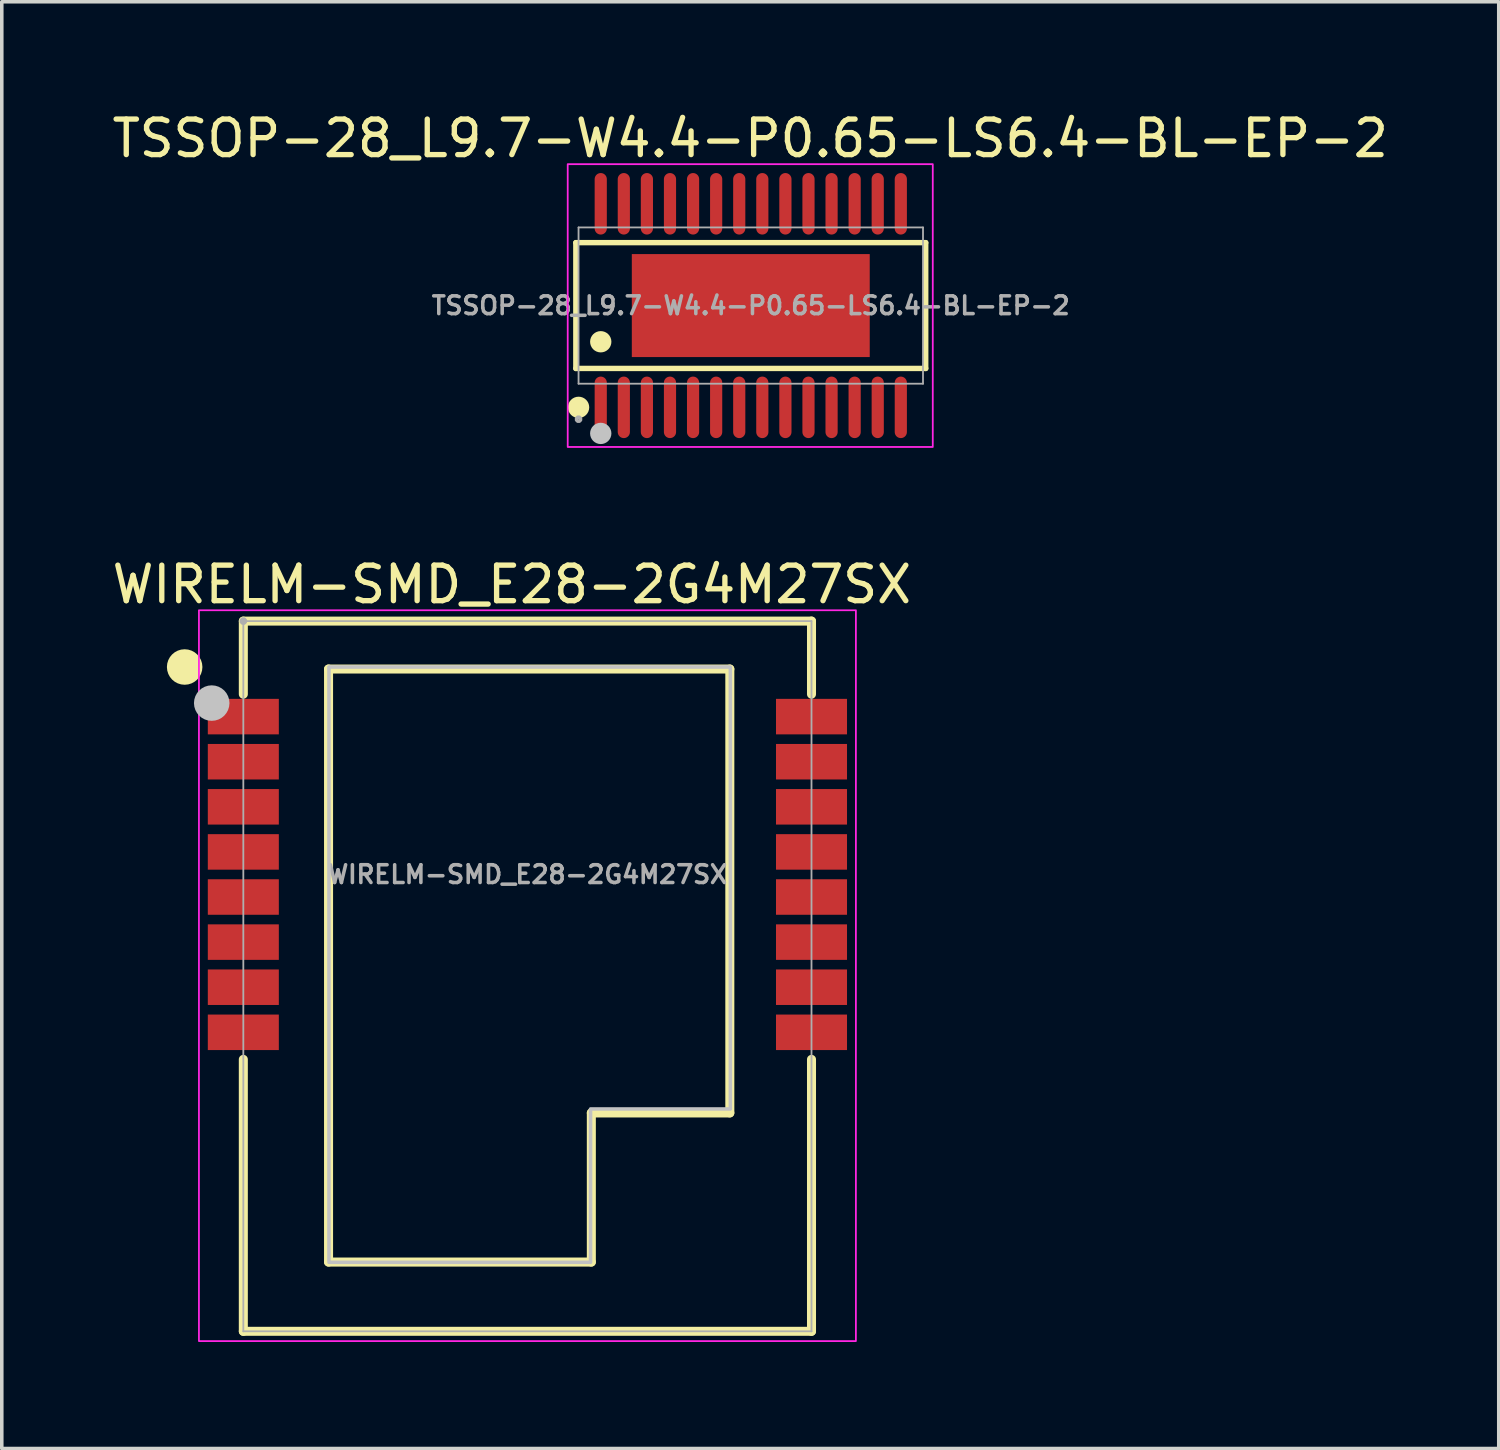
<source format=kicad_pcb>
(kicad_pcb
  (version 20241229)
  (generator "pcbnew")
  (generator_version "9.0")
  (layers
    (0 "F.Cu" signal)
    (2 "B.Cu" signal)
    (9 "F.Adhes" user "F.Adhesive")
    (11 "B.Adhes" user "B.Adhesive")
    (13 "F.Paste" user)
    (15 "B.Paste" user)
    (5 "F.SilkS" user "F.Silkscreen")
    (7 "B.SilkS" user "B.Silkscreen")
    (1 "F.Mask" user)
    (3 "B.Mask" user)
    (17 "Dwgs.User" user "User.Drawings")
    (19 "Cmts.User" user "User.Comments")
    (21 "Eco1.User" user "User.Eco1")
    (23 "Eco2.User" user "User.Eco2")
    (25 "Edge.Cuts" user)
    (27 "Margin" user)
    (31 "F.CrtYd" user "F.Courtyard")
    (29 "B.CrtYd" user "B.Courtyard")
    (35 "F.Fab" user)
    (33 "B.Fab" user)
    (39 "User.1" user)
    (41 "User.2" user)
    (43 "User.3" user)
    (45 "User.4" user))
  (footprint "WIRELM-SMD_E28-2G4M27SX"
    (layer "F.Cu")
    (at 11.802 21.575)
    (property "Reference" "WIRELM-SMD_E28-2G4M27SX" (at -0.439 -8.165 0) (layer "F.SilkS") (effects (font (size 1 1) (thickness 0.15))))
    (fp_line (start -8 -7.135) (end -8 -5.076) (stroke (width 0.254) (type default)) (layer "F.SilkS"))
    (fp_line (start -8 -7.135) (end 8 -7.135) (stroke (width 0.254) (type default)) (layer "F.SilkS"))
    (fp_line (start -8 5.207) (end -8 12.865) (stroke (width 0.254) (type default)) (layer "F.SilkS"))
    (fp_line (start -8 12.865) (end 8 12.865) (stroke (width 0.254) (type default)) (layer "F.SilkS"))
    (fp_line (start -5.6 -5.785) (end 5.7 -5.785) (stroke (width 0.254) (type default)) (layer "F.SilkS"))
    (fp_line (start -5.6 10.915) (end -5.6 -5.785) (stroke (width 0.254) (type default)) (layer "F.SilkS"))
    (fp_line (start 1.8 6.715) (end 1.8 10.915) (stroke (width 0.254) (type default)) (layer "F.SilkS"))
    (fp_line (start 1.8 10.915) (end -5.6 10.915) (stroke (width 0.254) (type default)) (layer "F.SilkS"))
    (fp_line (start 5.7 -5.785) (end 5.7 6.715) (stroke (width 0.254) (type default)) (layer "F.SilkS"))
    (fp_line (start 5.7 6.715) (end 1.8 6.715) (stroke (width 0.254) (type default)) (layer "F.SilkS"))
    (fp_line (start 8 -7.135) (end 8 -5.076) (stroke (width 0.254) (type default)) (layer "F.SilkS"))
    (fp_line (start 8 5.207) (end 8 12.865) (stroke (width 0.254) (type default)) (layer "F.SilkS"))
    (fp_circle (center -9.652 -5.842) (end -9.402 -5.842) (stroke (width 0.5) (type default)) (fill no) (layer "F.SilkS"))
    (fp_circle (center -8.89 -4.826) (end -8.64 -4.826) (stroke (width 0.5) (type default)) (fill no) (layer "Dwgs.User"))
    (fp_poly (pts (xy 1.778 10.922) (xy -5.588 10.922) (xy -5.588 -5.842) (xy 5.715 -5.842) (xy 5.715 6.604) (xy 1.778 6.604)) (stroke (width 0.1) (type default)) (fill no) (layer "Dwgs.User"))
    (fp_rect (start -9.25 -7.44) (end 9.25 13.14) (stroke (width 0.05) (type default)) (fill no) (layer "F.CrtYd"))
    (fp_line (start -8 -7.135) (end 8 -7.135) (stroke (width 0.051) (type default)) (layer "F.Fab"))
    (fp_line (start -8 12.865) (end -8 -7.135) (stroke (width 0.051) (type default)) (layer "F.Fab"))
    (fp_line (start 8 -7.135) (end 8 12.865) (stroke (width 0.051) (type default)) (layer "F.Fab"))
    (fp_line (start 8 12.865) (end -8 12.865) (stroke (width 0.051) (type default)) (layer "F.Fab"))
    (fp_poly (pts (xy -7.945 -7.158) (xy -7.977 -7.19) (xy -8.023 -7.19) (xy -8.055 -7.158) (xy -8.055 -7.112) (xy -8.023 -7.08) (xy -7.977 -7.08) (xy -7.945 -7.112)) (stroke (width 0.1) (type default)) (fill no) (layer "F.Fab"))
    (fp_poly (pts (xy -8 -4.845) (xy -7 -4.845) (xy -7 -4.045) (xy -8 -4.045)) (stroke (width 0.1) (type default)) (fill no) (layer "User.1"))
    (fp_poly (pts (xy -8 -3.575) (xy -7 -3.575) (xy -7 -2.775) (xy -8 -2.775)) (stroke (width 0.1) (type default)) (fill no) (layer "User.1"))
    (fp_poly (pts (xy -8 -2.305) (xy -7 -2.305) (xy -7 -1.505) (xy -8 -1.505)) (stroke (width 0.1) (type default)) (fill no) (layer "User.1"))
    (fp_poly (pts (xy -8 -1.035) (xy -7 -1.035) (xy -7 -0.235) (xy -8 -0.235)) (stroke (width 0.1) (type default)) (fill no) (layer "User.1"))
    (fp_poly (pts (xy -8 0.235) (xy -7 0.235) (xy -7 1.035) (xy -8 1.035)) (stroke (width 0.1) (type default)) (fill no) (layer "User.1"))
    (fp_poly (pts (xy -8 1.505) (xy -7 1.505) (xy -7 2.305) (xy -8 2.305)) (stroke (width 0.1) (type default)) (fill no) (layer "User.1"))
    (fp_poly (pts (xy -8 2.775) (xy -7 2.775) (xy -7 3.575) (xy -8 3.575)) (stroke (width 0.1) (type default)) (fill no) (layer "User.1"))
    (fp_poly (pts (xy -8 4.045) (xy -7 4.045) (xy -7 4.845) (xy -8 4.845)) (stroke (width 0.1) (type default)) (fill no) (layer "User.1"))
    (fp_poly (pts (xy 7 -4.845) (xy 8 -4.845) (xy 8 -4.045) (xy 7 -4.045)) (stroke (width 0.1) (type default)) (fill no) (layer "User.1"))
    (fp_poly (pts (xy 7 -3.575) (xy 8 -3.575) (xy 8 -2.775) (xy 7 -2.775)) (stroke (width 0.1) (type default)) (fill no) (layer "User.1"))
    (fp_poly (pts (xy 7 -2.305) (xy 8 -2.305) (xy 8 -1.505) (xy 7 -1.505)) (stroke (width 0.1) (type default)) (fill no) (layer "User.1"))
    (fp_poly (pts (xy 7 -1.035) (xy 8 -1.035) (xy 8 -0.235) (xy 7 -0.235)) (stroke (width 0.1) (type default)) (fill no) (layer "User.1"))
    (fp_poly (pts (xy 7 0.235) (xy 8 0.235) (xy 8 1.035) (xy 7 1.035)) (stroke (width 0.1) (type default)) (fill no) (layer "User.1"))
    (fp_poly (pts (xy 7 1.505) (xy 8 1.505) (xy 8 2.305) (xy 7 2.305)) (stroke (width 0.1) (type default)) (fill no) (layer "User.1"))
    (fp_poly (pts (xy 7 2.775) (xy 8 2.775) (xy 8 3.575) (xy 7 3.575)) (stroke (width 0.1) (type default)) (fill no) (layer "User.1"))
    (fp_poly (pts (xy 7 4.045) (xy 8 4.045) (xy 8 4.845) (xy 7 4.845)) (stroke (width 0.1) (type default)) (fill no) (layer "User.1"))
    (fp_text user "${REFERENCE}" (at 0 0 0) (layer "F.Fab") (effects (font (size 0.5 0.5) (thickness 0.1))))
    (pad "1" smd rect (at -8 -4.445) (size 2 1) (layers "F.Cu" "F.Mask" "F.Paste"))
    (pad "2" smd rect (at -8 -3.175) (size 2 1) (layers "F.Cu" "F.Mask" "F.Paste"))
    (pad "3" smd rect (at -8 -1.905) (size 2 1) (layers "F.Cu" "F.Mask" "F.Paste"))
    (pad "4" smd rect (at -8 -0.635) (size 2 1) (layers "F.Cu" "F.Mask" "F.Paste"))
    (pad "5" smd rect (at -8 0.635) (size 2 1) (layers "F.Cu" "F.Mask" "F.Paste"))
    (pad "6" smd rect (at -8 1.905) (size 2 1) (layers "F.Cu" "F.Mask" "F.Paste"))
    (pad "7" smd rect (at -8 3.175) (size 2 1) (layers "F.Cu" "F.Mask" "F.Paste"))
    (pad "8" smd rect (at -8 4.445) (size 2 1) (layers "F.Cu" "F.Mask" "F.Paste"))
    (pad "9" smd rect (at 8 4.445) (size 2 1) (layers "F.Cu" "F.Mask" "F.Paste"))
    (pad "10" smd rect (at 8 3.175) (size 2 1) (layers "F.Cu" "F.Mask" "F.Paste"))
    (pad "11" smd rect (at 8 1.905) (size 2 1) (layers "F.Cu" "F.Mask" "F.Paste"))
    (pad "12" smd rect (at 8 0.635) (size 2 1) (layers "F.Cu" "F.Mask" "F.Paste"))
    (pad "13" smd rect (at 8 -0.635) (size 2 1) (layers "F.Cu" "F.Mask" "F.Paste"))
    (pad "14" smd rect (at 8 -1.905) (size 2 1) (layers "F.Cu" "F.Mask" "F.Paste"))
    (pad "15" smd rect (at 8 -3.175) (size 2 1) (layers "F.Cu" "F.Mask" "F.Paste"))
    (pad "16" smd rect (at 8 -4.445) (size 2 1) (layers "F.Cu" "F.Mask" "F.Paste")))
  (footprint "TSSOP-28_L9.7-W4.4-P0.65-LS6.4-BL-EP-2"
    (layer "F.Cu")
    (at 18.092 5.555)
    (property "Reference" "TSSOP-28_L9.7-W4.4-P0.65-LS6.4-BL-EP-2" (at -0.015 -4.707 0) (layer "F.SilkS") (effects (font (size 1 1) (thickness 0.15))))
    (fp_line (start -4.926 -1.772) (end 4.926 -1.772) (stroke (width 0.152) (type default)) (layer "F.SilkS"))
    (fp_line (start -4.926 1.771) (end -4.926 -1.772) (stroke (width 0.152) (type default)) (layer "F.SilkS"))
    (fp_line (start 4.926 -1.772) (end 4.926 1.771) (stroke (width 0.152) (type default)) (layer "F.SilkS"))
    (fp_line (start 4.926 1.771) (end -4.926 1.771) (stroke (width 0.152) (type default)) (layer "F.SilkS"))
    (fp_circle (center -4.849 2.866) (end -4.699 2.866) (stroke (width 0.3) (type default)) (fill no) (layer "F.SilkS"))
    (fp_circle (center -4.225 1.019) (end -4.075 1.019) (stroke (width 0.3) (type default)) (fill no) (layer "F.SilkS"))
    (fp_circle (center -4.225 3.6) (end -4.075 3.6) (stroke (width 0.3) (type default)) (fill no) (layer "Dwgs.User"))
    (fp_rect (start -5.155 -3.982) (end 5.125 3.982) (stroke (width 0.05) (type default)) (fill no) (layer "F.CrtYd"))
    (fp_line (start -4.85 -2.2) (end 4.85 -2.2) (stroke (width 0.051) (type default)) (layer "F.Fab"))
    (fp_line (start -4.85 2.2) (end -4.85 -2.2) (stroke (width 0.051) (type default)) (layer "F.Fab"))
    (fp_line (start 4.85 -2.2) (end 4.85 2.2) (stroke (width 0.051) (type default)) (layer "F.Fab"))
    (fp_line (start 4.85 2.2) (end -4.85 2.2) (stroke (width 0.051) (type default)) (layer "F.Fab"))
    (fp_poly (pts (xy -4.795 3.177) (xy -4.827 3.145) (xy -4.873 3.145) (xy -4.905 3.177) (xy -4.905 3.223) (xy -4.873 3.255) (xy -4.827 3.255) (xy -4.795 3.223)) (stroke (width 0.1) (type default)) (fill no) (layer "F.Fab"))
    (fp_poly (pts (xy -4.348 -3.2) (xy -4.348 -2.6) (xy -4.103 -2.6) (xy -4.103 -3.2)) (stroke (width 0.1) (type default)) (fill no) (layer "User.1"))
    (fp_poly (pts (xy -4.348 -2.611) (xy -4.348 -2.19) (xy -4.103 -2.19) (xy -4.103 -2.611)) (stroke (width 0.1) (type default)) (fill no) (layer "User.1"))
    (fp_poly (pts (xy -4.348 2.61) (xy -4.348 2.189) (xy -4.103 2.189) (xy -4.103 2.61)) (stroke (width 0.1) (type default)) (fill no) (layer "User.1"))
    (fp_poly (pts (xy -4.348 3.2) (xy -4.348 2.599) (xy -4.103 2.599) (xy -4.103 3.2)) (stroke (width 0.1) (type default)) (fill no) (layer "User.1"))
    (fp_poly (pts (xy -3.697 -3.2) (xy -3.697 -2.6) (xy -3.453 -2.6) (xy -3.453 -3.2)) (stroke (width 0.1) (type default)) (fill no) (layer "User.1"))
    (fp_poly (pts (xy -3.697 -2.611) (xy -3.697 -2.19) (xy -3.453 -2.19) (xy -3.453 -2.611)) (stroke (width 0.1) (type default)) (fill no) (layer "User.1"))
    (fp_poly (pts (xy -3.697 2.61) (xy -3.697 2.189) (xy -3.453 2.189) (xy -3.453 2.61)) (stroke (width 0.1) (type default)) (fill no) (layer "User.1"))
    (fp_poly (pts (xy -3.697 3.2) (xy -3.697 2.599) (xy -3.453 2.599) (xy -3.453 3.2)) (stroke (width 0.1) (type default)) (fill no) (layer "User.1"))
    (fp_poly (pts (xy -3.35 -1.45) (xy 3.35 -1.45) (xy 3.35 1.45) (xy -3.35 1.45)) (stroke (width 0.1) (type default)) (fill no) (layer "User.1"))
    (fp_poly (pts (xy -3.047 -3.2) (xy -3.047 -2.6) (xy -2.803 -2.6) (xy -2.803 -3.2)) (stroke (width 0.1) (type default)) (fill no) (layer "User.1"))
    (fp_poly (pts (xy -3.047 -2.611) (xy -3.047 -2.19) (xy -2.803 -2.19) (xy -2.803 -2.611)) (stroke (width 0.1) (type default)) (fill no) (layer "User.1"))
    (fp_poly (pts (xy -3.047 2.61) (xy -3.047 2.189) (xy -2.803 2.189) (xy -2.803 2.61)) (stroke (width 0.1) (type default)) (fill no) (layer "User.1"))
    (fp_poly (pts (xy -3.047 3.2) (xy -3.047 2.599) (xy -2.803 2.599) (xy -2.803 3.2)) (stroke (width 0.1) (type default)) (fill no) (layer "User.1"))
    (fp_poly (pts (xy -2.397 -3.2) (xy -2.397 -2.6) (xy -2.152 -2.6) (xy -2.152 -3.2)) (stroke (width 0.1) (type default)) (fill no) (layer "User.1"))
    (fp_poly (pts (xy -2.397 -2.611) (xy -2.397 -2.19) (xy -2.152 -2.19) (xy -2.152 -2.611)) (stroke (width 0.1) (type default)) (fill no) (layer "User.1"))
    (fp_poly (pts (xy -2.397 2.61) (xy -2.397 2.189) (xy -2.152 2.189) (xy -2.152 2.61)) (stroke (width 0.1) (type default)) (fill no) (layer "User.1"))
    (fp_poly (pts (xy -2.397 3.2) (xy -2.397 2.599) (xy -2.152 2.599) (xy -2.152 3.2)) (stroke (width 0.1) (type default)) (fill no) (layer "User.1"))
    (fp_poly (pts (xy -1.748 -3.2) (xy -1.748 -2.6) (xy -1.502 -2.6) (xy -1.502 -3.2)) (stroke (width 0.1) (type default)) (fill no) (layer "User.1"))
    (fp_poly (pts (xy -1.748 -2.611) (xy -1.748 -2.19) (xy -1.502 -2.19) (xy -1.502 -2.611)) (stroke (width 0.1) (type default)) (fill no) (layer "User.1"))
    (fp_poly (pts (xy -1.748 2.61) (xy -1.748 2.189) (xy -1.502 2.189) (xy -1.502 2.61)) (stroke (width 0.1) (type default)) (fill no) (layer "User.1"))
    (fp_poly (pts (xy -1.748 3.2) (xy -1.748 2.599) (xy -1.502 2.599) (xy -1.502 3.2)) (stroke (width 0.1) (type default)) (fill no) (layer "User.1"))
    (fp_poly (pts (xy -1.097 -3.2) (xy -1.097 -2.6) (xy -0.853 -2.6) (xy -0.853 -3.2)) (stroke (width 0.1) (type default)) (fill no) (layer "User.1"))
    (fp_poly (pts (xy -1.097 -2.611) (xy -1.097 -2.19) (xy -0.853 -2.19) (xy -0.853 -2.611)) (stroke (width 0.1) (type default)) (fill no) (layer "User.1"))
    (fp_poly (pts (xy -1.097 2.61) (xy -1.097 2.189) (xy -0.853 2.189) (xy -0.853 2.61)) (stroke (width 0.1) (type default)) (fill no) (layer "User.1"))
    (fp_poly (pts (xy -1.097 3.2) (xy -1.097 2.599) (xy -0.853 2.599) (xy -0.853 3.2)) (stroke (width 0.1) (type default)) (fill no) (layer "User.1"))
    (fp_poly (pts (xy -0.448 -3.2) (xy -0.448 -2.6) (xy -0.203 -2.6) (xy -0.203 -3.2)) (stroke (width 0.1) (type default)) (fill no) (layer "User.1"))
    (fp_poly (pts (xy -0.448 -2.611) (xy -0.448 -2.19) (xy -0.203 -2.19) (xy -0.203 -2.611)) (stroke (width 0.1) (type default)) (fill no) (layer "User.1"))
    (fp_poly (pts (xy -0.448 2.61) (xy -0.448 2.189) (xy -0.203 2.189) (xy -0.203 2.61)) (stroke (width 0.1) (type default)) (fill no) (layer "User.1"))
    (fp_poly (pts (xy -0.448 3.2) (xy -0.448 2.599) (xy -0.203 2.599) (xy -0.203 3.2)) (stroke (width 0.1) (type default)) (fill no) (layer "User.1"))
    (fp_poly (pts (xy 0.203 -3.2) (xy 0.203 -2.6) (xy 0.448 -2.6) (xy 0.448 -3.2)) (stroke (width 0.1) (type default)) (fill no) (layer "User.1"))
    (fp_poly (pts (xy 0.203 -2.611) (xy 0.203 -2.19) (xy 0.448 -2.19) (xy 0.448 -2.611)) (stroke (width 0.1) (type default)) (fill no) (layer "User.1"))
    (fp_poly (pts (xy 0.203 2.61) (xy 0.203 2.189) (xy 0.448 2.189) (xy 0.448 2.61)) (stroke (width 0.1) (type default)) (fill no) (layer "User.1"))
    (fp_poly (pts (xy 0.203 3.2) (xy 0.203 2.599) (xy 0.448 2.599) (xy 0.448 3.2)) (stroke (width 0.1) (type default)) (fill no) (layer "User.1"))
    (fp_poly (pts (xy 0.853 -3.2) (xy 0.853 -2.6) (xy 1.097 -2.6) (xy 1.097 -3.2)) (stroke (width 0.1) (type default)) (fill no) (layer "User.1"))
    (fp_poly (pts (xy 0.853 -2.611) (xy 0.853 -2.19) (xy 1.097 -2.19) (xy 1.097 -2.611)) (stroke (width 0.1) (type default)) (fill no) (layer "User.1"))
    (fp_poly (pts (xy 0.853 2.61) (xy 0.853 2.189) (xy 1.097 2.189) (xy 1.097 2.61)) (stroke (width 0.1) (type default)) (fill no) (layer "User.1"))
    (fp_poly (pts (xy 0.853 3.2) (xy 0.853 2.599) (xy 1.097 2.599) (xy 1.097 3.2)) (stroke (width 0.1) (type default)) (fill no) (layer "User.1"))
    (fp_poly (pts (xy 1.502 -3.2) (xy 1.502 -2.6) (xy 1.748 -2.6) (xy 1.748 -3.2)) (stroke (width 0.1) (type default)) (fill no) (layer "User.1"))
    (fp_poly (pts (xy 1.502 -2.611) (xy 1.502 -2.19) (xy 1.748 -2.19) (xy 1.748 -2.611)) (stroke (width 0.1) (type default)) (fill no) (layer "User.1"))
    (fp_poly (pts (xy 1.502 2.61) (xy 1.502 2.189) (xy 1.748 2.189) (xy 1.748 2.61)) (stroke (width 0.1) (type default)) (fill no) (layer "User.1"))
    (fp_poly (pts (xy 1.502 3.2) (xy 1.502 2.599) (xy 1.748 2.599) (xy 1.748 3.2)) (stroke (width 0.1) (type default)) (fill no) (layer "User.1"))
    (fp_poly (pts (xy 2.152 -3.2) (xy 2.152 -2.6) (xy 2.397 -2.6) (xy 2.397 -3.2)) (stroke (width 0.1) (type default)) (fill no) (layer "User.1"))
    (fp_poly (pts (xy 2.152 -2.611) (xy 2.152 -2.19) (xy 2.397 -2.19) (xy 2.397 -2.611)) (stroke (width 0.1) (type default)) (fill no) (layer "User.1"))
    (fp_poly (pts (xy 2.152 2.61) (xy 2.152 2.189) (xy 2.397 2.189) (xy 2.397 2.61)) (stroke (width 0.1) (type default)) (fill no) (layer "User.1"))
    (fp_poly (pts (xy 2.152 3.2) (xy 2.152 2.599) (xy 2.397 2.599) (xy 2.397 3.2)) (stroke (width 0.1) (type default)) (fill no) (layer "User.1"))
    (fp_poly (pts (xy 2.803 -3.2) (xy 2.803 -2.6) (xy 3.047 -2.6) (xy 3.047 -3.2)) (stroke (width 0.1) (type default)) (fill no) (layer "User.1"))
    (fp_poly (pts (xy 2.803 -2.611) (xy 2.803 -2.19) (xy 3.047 -2.19) (xy 3.047 -2.611)) (stroke (width 0.1) (type default)) (fill no) (layer "User.1"))
    (fp_poly (pts (xy 2.803 2.61) (xy 2.803 2.189) (xy 3.047 2.189) (xy 3.047 2.61)) (stroke (width 0.1) (type default)) (fill no) (layer "User.1"))
    (fp_poly (pts (xy 2.803 3.2) (xy 2.803 2.599) (xy 3.047 2.599) (xy 3.047 3.2)) (stroke (width 0.1) (type default)) (fill no) (layer "User.1"))
    (fp_poly (pts (xy 3.453 -3.2) (xy 3.453 -2.6) (xy 3.697 -2.6) (xy 3.697 -3.2)) (stroke (width 0.1) (type default)) (fill no) (layer "User.1"))
    (fp_poly (pts (xy 3.453 -2.611) (xy 3.453 -2.19) (xy 3.697 -2.19) (xy 3.697 -2.611)) (stroke (width 0.1) (type default)) (fill no) (layer "User.1"))
    (fp_poly (pts (xy 3.453 2.61) (xy 3.453 2.189) (xy 3.697 2.189) (xy 3.697 2.61)) (stroke (width 0.1) (type default)) (fill no) (layer "User.1"))
    (fp_poly (pts (xy 3.453 3.2) (xy 3.453 2.599) (xy 3.697 2.599) (xy 3.697 3.2)) (stroke (width 0.1) (type default)) (fill no) (layer "User.1"))
    (fp_poly (pts (xy 4.103 -3.2) (xy 4.103 -2.6) (xy 4.348 -2.6) (xy 4.348 -3.2)) (stroke (width 0.1) (type default)) (fill no) (layer "User.1"))
    (fp_poly (pts (xy 4.103 -2.611) (xy 4.103 -2.19) (xy 4.348 -2.19) (xy 4.348 -2.611)) (stroke (width 0.1) (type default)) (fill no) (layer "User.1"))
    (fp_poly (pts (xy 4.103 2.61) (xy 4.103 2.189) (xy 4.348 2.189) (xy 4.348 2.61)) (stroke (width 0.1) (type default)) (fill no) (layer "User.1"))
    (fp_poly (pts (xy 4.103 3.2) (xy 4.103 2.599) (xy 4.348 2.599) (xy 4.348 3.2)) (stroke (width 0.1) (type default)) (fill no) (layer "User.1"))
    (fp_text user "${REFERENCE}" (at 0 0 0) (layer "F.Fab") (effects (font (size 0.5 0.5) (thickness 0.1))))
    (pad "1" smd oval (at -4.225 2.866) (size 0.343 1.732) (layers "F.Cu" "F.Mask" "F.Paste"))
    (pad "2" smd oval (at -3.575 2.866) (size 0.343 1.732) (layers "F.Cu" "F.Mask" "F.Paste"))
    (pad "3" smd oval (at -2.925 2.866) (size 0.343 1.732) (layers "F.Cu" "F.Mask" "F.Paste"))
    (pad "4" smd oval (at -2.275 2.866) (size 0.343 1.732) (layers "F.Cu" "F.Mask" "F.Paste"))
    (pad "5" smd oval (at -1.625 2.866) (size 0.343 1.732) (layers "F.Cu" "F.Mask" "F.Paste"))
    (pad "6" smd oval (at -0.975 2.866) (size 0.343 1.732) (layers "F.Cu" "F.Mask" "F.Paste"))
    (pad "7" smd oval (at -0.325 2.866) (size 0.343 1.732) (layers "F.Cu" "F.Mask" "F.Paste"))
    (pad "8" smd oval (at 0.325 2.866) (size 0.343 1.732) (layers "F.Cu" "F.Mask" "F.Paste"))
    (pad "9" smd oval (at 0.975 2.866) (size 0.343 1.732) (layers "F.Cu" "F.Mask" "F.Paste"))
    (pad "10" smd oval (at 1.625 2.866) (size 0.343 1.732) (layers "F.Cu" "F.Mask" "F.Paste"))
    (pad "11" smd oval (at 2.275 2.866) (size 0.343 1.732) (layers "F.Cu" "F.Mask" "F.Paste"))
    (pad "12" smd oval (at 2.925 2.866) (size 0.343 1.732) (layers "F.Cu" "F.Mask" "F.Paste"))
    (pad "13" smd oval (at 3.575 2.866) (size 0.343 1.732) (layers "F.Cu" "F.Mask" "F.Paste"))
    (pad "14" smd oval (at 4.225 2.866) (size 0.343 1.732) (layers "F.Cu" "F.Mask" "F.Paste"))
    (pad "15" smd oval (at 4.225 -2.866) (size 0.343 1.732) (layers "F.Cu" "F.Mask" "F.Paste"))
    (pad "16" smd oval (at 3.575 -2.866) (size 0.343 1.732) (layers "F.Cu" "F.Mask" "F.Paste"))
    (pad "17" smd oval (at 2.925 -2.866) (size 0.343 1.732) (layers "F.Cu" "F.Mask" "F.Paste"))
    (pad "18" smd oval (at 2.275 -2.866) (size 0.343 1.732) (layers "F.Cu" "F.Mask" "F.Paste"))
    (pad "19" smd oval (at 1.625 -2.866) (size 0.343 1.732) (layers "F.Cu" "F.Mask" "F.Paste"))
    (pad "20" smd oval (at 0.975 -2.866) (size 0.343 1.732) (layers "F.Cu" "F.Mask" "F.Paste"))
    (pad "21" smd oval (at 0.325 -2.866) (size 0.343 1.732) (layers "F.Cu" "F.Mask" "F.Paste"))
    (pad "22" smd oval (at -0.325 -2.866) (size 0.343 1.732) (layers "F.Cu" "F.Mask" "F.Paste"))
    (pad "23" smd oval (at -0.975 -2.866) (size 0.343 1.732) (layers "F.Cu" "F.Mask" "F.Paste"))
    (pad "24" smd oval (at -1.625 -2.866) (size 0.343 1.732) (layers "F.Cu" "F.Mask" "F.Paste"))
    (pad "25" smd oval (at -2.275 -2.866) (size 0.343 1.732) (layers "F.Cu" "F.Mask" "F.Paste"))
    (pad "26" smd oval (at -2.925 -2.866) (size 0.343 1.732) (layers "F.Cu" "F.Mask" "F.Paste"))
    (pad "27" smd oval (at -3.575 -2.866) (size 0.343 1.732) (layers "F.Cu" "F.Mask" "F.Paste"))
    (pad "28" smd oval (at -4.225 -2.866) (size 0.343 1.732) (layers "F.Cu" "F.Mask" "F.Paste"))
    (pad "29" smd rect (at 0 0) (size 6.7 2.9) (layers "F.Cu" "F.Mask" "F.Paste")))
  (gr_rect
    (start -3 -3)
    (end 39.155 37.741)
    (stroke (width 0.1) (type default))
    (fill no)
    (layer "Edge.Cuts")))
</source>
